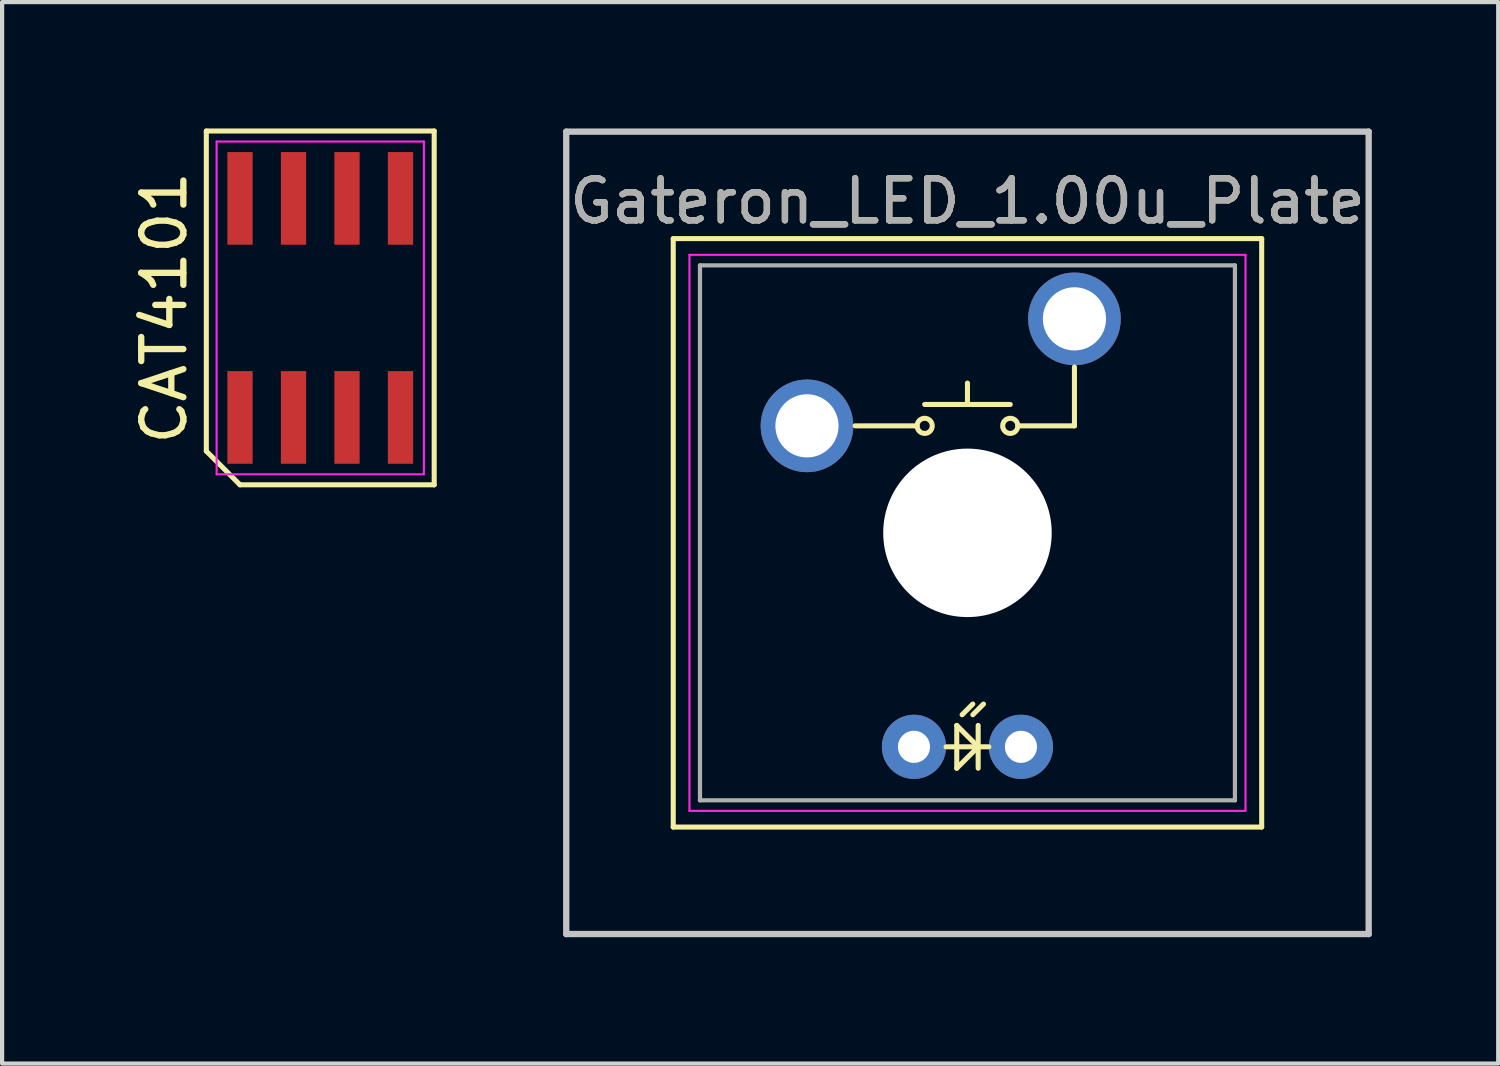
<source format=kicad_pcb>
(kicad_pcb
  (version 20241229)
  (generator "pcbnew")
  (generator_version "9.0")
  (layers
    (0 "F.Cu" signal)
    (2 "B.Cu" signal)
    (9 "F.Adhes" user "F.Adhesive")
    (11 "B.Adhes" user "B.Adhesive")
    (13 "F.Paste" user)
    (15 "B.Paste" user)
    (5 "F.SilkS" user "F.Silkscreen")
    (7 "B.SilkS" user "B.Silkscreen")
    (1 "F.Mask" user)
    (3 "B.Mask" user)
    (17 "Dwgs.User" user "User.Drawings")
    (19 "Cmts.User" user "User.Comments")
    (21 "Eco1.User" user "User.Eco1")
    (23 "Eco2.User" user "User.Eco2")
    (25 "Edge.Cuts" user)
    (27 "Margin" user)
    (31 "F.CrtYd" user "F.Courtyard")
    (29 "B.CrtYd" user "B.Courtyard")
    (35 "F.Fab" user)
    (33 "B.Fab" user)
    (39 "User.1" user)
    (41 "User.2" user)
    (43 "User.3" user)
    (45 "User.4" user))
  (footprint "CAT4101"
    (layer "F.Cu")
    (at 4.553 4.26)
    (property "Reference" "CAT4101" (at -3.705 0 90) (layer "F.SilkS") (effects (font (size 1 1) (thickness 0.15))))
    (attr smd)
    (fp_line (start -2.705 -4.2) (end 2.705 -4.2) (stroke (width 0.12) (type solid)) (layer "F.SilkS"))
    (fp_line (start -2.705 3.4) (end -2.705 -4.2) (stroke (width 0.12) (type solid)) (layer "F.SilkS"))
    (fp_line (start -1.905 4.2) (end -2.705 3.4) (stroke (width 0.12) (type solid)) (layer "F.SilkS"))
    (fp_line (start 2.705 -4.2) (end 2.705 4.2) (stroke (width 0.12) (type solid)) (layer "F.SilkS"))
    (fp_line (start 2.705 4.2) (end -1.905 4.2) (stroke (width 0.12) (type solid)) (layer "F.SilkS"))
    (fp_line (start -2.46 -3.95) (end 2.46 -3.95) (stroke (width 0.05) (type solid)) (layer "F.CrtYd"))
    (fp_line (start -2.46 3.95) (end -2.46 -3.95) (stroke (width 0.05) (type solid)) (layer "F.CrtYd"))
    (fp_line (start 2.46 -3.95) (end 2.46 3.95) (stroke (width 0.05) (type solid)) (layer "F.CrtYd"))
    (fp_line (start 2.46 3.95) (end -2.46 3.95) (stroke (width 0.05) (type solid)) (layer "F.CrtYd"))
    (pad "1" smd rect (at -1.905 2.6) (size 0.6 2.2) (layers "F.Cu" "F.Mask" "F.Paste"))
    (pad "2" smd rect (at -0.635 2.6) (size 0.6 2.2) (layers "F.Cu" "F.Mask" "F.Paste"))
    (pad "3" smd rect (at 0.635 2.6) (size 0.6 2.2) (layers "F.Cu" "F.Mask" "F.Paste"))
    (pad "4" smd rect (at 1.905 2.6) (size 0.6 2.2) (layers "F.Cu" "F.Mask" "F.Paste"))
    (pad "5" smd rect (at 1.905 -2.6) (size 0.6 2.2) (layers "F.Cu" "F.Mask" "F.Paste"))
    (pad "6" smd rect (at 0.635 -2.6) (size 0.6 2.2) (layers "F.Cu" "F.Mask" "F.Paste"))
    (pad "7" smd rect (at -0.635 -2.6) (size 0.6 2.2) (layers "F.Cu" "F.Mask" "F.Paste"))
    (pad "8" smd rect (at -1.905 -2.6) (size 0.6 2.2) (layers "F.Cu" "F.Mask" "F.Paste")))
  (footprint "Gateron_LED_1.00u_Plate"
    (layer "F.Cu")
    (at 22.458 4.52)
    (property "Reference" "Gateron_LED_1.00u_Plate" (at -2.54 -2.794 0) (layer "F.SilkS") (effects (font (size 1 1) (thickness 0.15))))
    (attr through_hole)
    (fp_line (start -9.525 -1.905) (end 4.445 -1.905) (stroke (width 0.12) (type solid)) (layer "F.SilkS"))
    (fp_line (start -9.525 12.065) (end -9.525 -1.905) (stroke (width 0.12) (type solid)) (layer "F.SilkS"))
    (fp_line (start -5.207 2.54) (end -3.736 2.54) (stroke (width 0.12) (type solid)) (layer "F.SilkS"))
    (fp_line (start -3.556 2.032) (end -1.524 2.032) (stroke (width 0.12) (type solid)) (layer "F.SilkS"))
    (fp_line (start -3.048 10.16) (end -2.032 10.16) (stroke (width 0.12) (type solid)) (layer "F.SilkS"))
    (fp_line (start -2.794 9.652) (end -2.794 10.668) (stroke (width 0.12) (type solid)) (layer "F.SilkS"))
    (fp_line (start -2.794 10.668) (end -2.286 10.16) (stroke (width 0.12) (type solid)) (layer "F.SilkS"))
    (fp_line (start -2.667 9.398) (end -2.413 9.144) (stroke (width 0.12) (type solid)) (layer "F.SilkS"))
    (fp_line (start -2.54 2.032) (end -2.54 1.524) (stroke (width 0.12) (type solid)) (layer "F.SilkS"))
    (fp_line (start -2.413 9.398) (end -2.159 9.144) (stroke (width 0.12) (type solid)) (layer "F.SilkS"))
    (fp_line (start -2.286 9.652) (end -2.286 10.668) (stroke (width 0.12) (type solid)) (layer "F.SilkS"))
    (fp_line (start -2.286 10.16) (end -2.794 9.652) (stroke (width 0.12) (type solid)) (layer "F.SilkS"))
    (fp_line (start -1.344 2.54) (end 0 2.54) (stroke (width 0.12) (type solid)) (layer "F.SilkS"))
    (fp_line (start 0 2.54) (end 0 1.143) (stroke (width 0.12) (type solid)) (layer "F.SilkS"))
    (fp_line (start 4.445 -1.905) (end 4.445 12.065) (stroke (width 0.12) (type solid)) (layer "F.SilkS"))
    (fp_line (start 4.445 12.065) (end -9.525 12.065) (stroke (width 0.12) (type solid)) (layer "F.SilkS"))
    (fp_circle (center -3.556 2.54) (end -3.683 2.413) (stroke (width 0.12) (type solid)) (fill no) (layer "F.SilkS"))
    (fp_circle (center -1.524 2.54) (end -1.397 2.413) (stroke (width 0.12) (type solid)) (fill no) (layer "F.SilkS"))
    (fp_line (start -12.065 -4.445) (end 6.985 -4.445) (stroke (width 0.15) (type solid)) (layer "Dwgs.User"))
    (fp_line (start -12.065 14.605) (end -12.065 -4.445) (stroke (width 0.15) (type solid)) (layer "Dwgs.User"))
    (fp_line (start 6.985 -4.445) (end 6.985 14.605) (stroke (width 0.15) (type solid)) (layer "Dwgs.User"))
    (fp_line (start 6.985 14.605) (end -12.065 14.605) (stroke (width 0.15) (type solid)) (layer "Dwgs.User"))
    (fp_line (start -9.14 -1.52) (end 4.06 -1.52) (stroke (width 0.05) (type solid)) (layer "F.CrtYd"))
    (fp_line (start -9.14 11.68) (end -9.14 -1.52) (stroke (width 0.05) (type solid)) (layer "F.CrtYd"))
    (fp_line (start 4.06 -1.52) (end 4.06 11.68) (stroke (width 0.05) (type solid)) (layer "F.CrtYd"))
    (fp_line (start 4.06 11.68) (end -9.14 11.68) (stroke (width 0.05) (type solid)) (layer "F.CrtYd"))
    (fp_line (start -8.89 -1.27) (end 3.81 -1.27) (stroke (width 0.1) (type solid)) (layer "F.Fab"))
    (fp_line (start -8.89 11.43) (end -8.89 -1.27) (stroke (width 0.1) (type solid)) (layer "F.Fab"))
    (fp_line (start 3.81 -1.27) (end 3.81 11.43) (stroke (width 0.1) (type solid)) (layer "F.Fab"))
    (fp_line (start 3.81 11.43) (end -8.89 11.43) (stroke (width 0.1) (type solid)) (layer "F.Fab"))
    (fp_text user "${REFERENCE}" (at -2.54 -2.794 0) (layer "F.Fab") (effects (font (size 1 1) (thickness 0.15))))
    (pad "" np_thru_hole circle (at -2.54 5.08) (size 4 4) (drill 4) (layers "*.Cu" "*.Mask"))
    (pad "1" thru_hole circle (at 0 0) (size 2.2 2.2) (drill 1.5) (layers "*.Cu" "*.Mask"))
    (pad "2" thru_hole circle (at -6.35 2.54) (size 2.2 2.2) (drill 1.5) (layers "*.Cu" "*.Mask"))
    (pad "3" thru_hole circle (at -1.27 10.16) (size 1.524 1.524) (drill 0.762) (layers "*.Cu" "*.Mask"))
    (pad "4" thru_hole circle (at -3.81 10.16) (size 1.524 1.524) (drill 0.762) (layers "*.Cu" "*.Mask")))
  (gr_rect
    (start -3 -3)
    (end 32.518 22.2)
    (stroke (width 0.1) (type default))
    (fill no)
    (layer "Edge.Cuts")))
</source>
